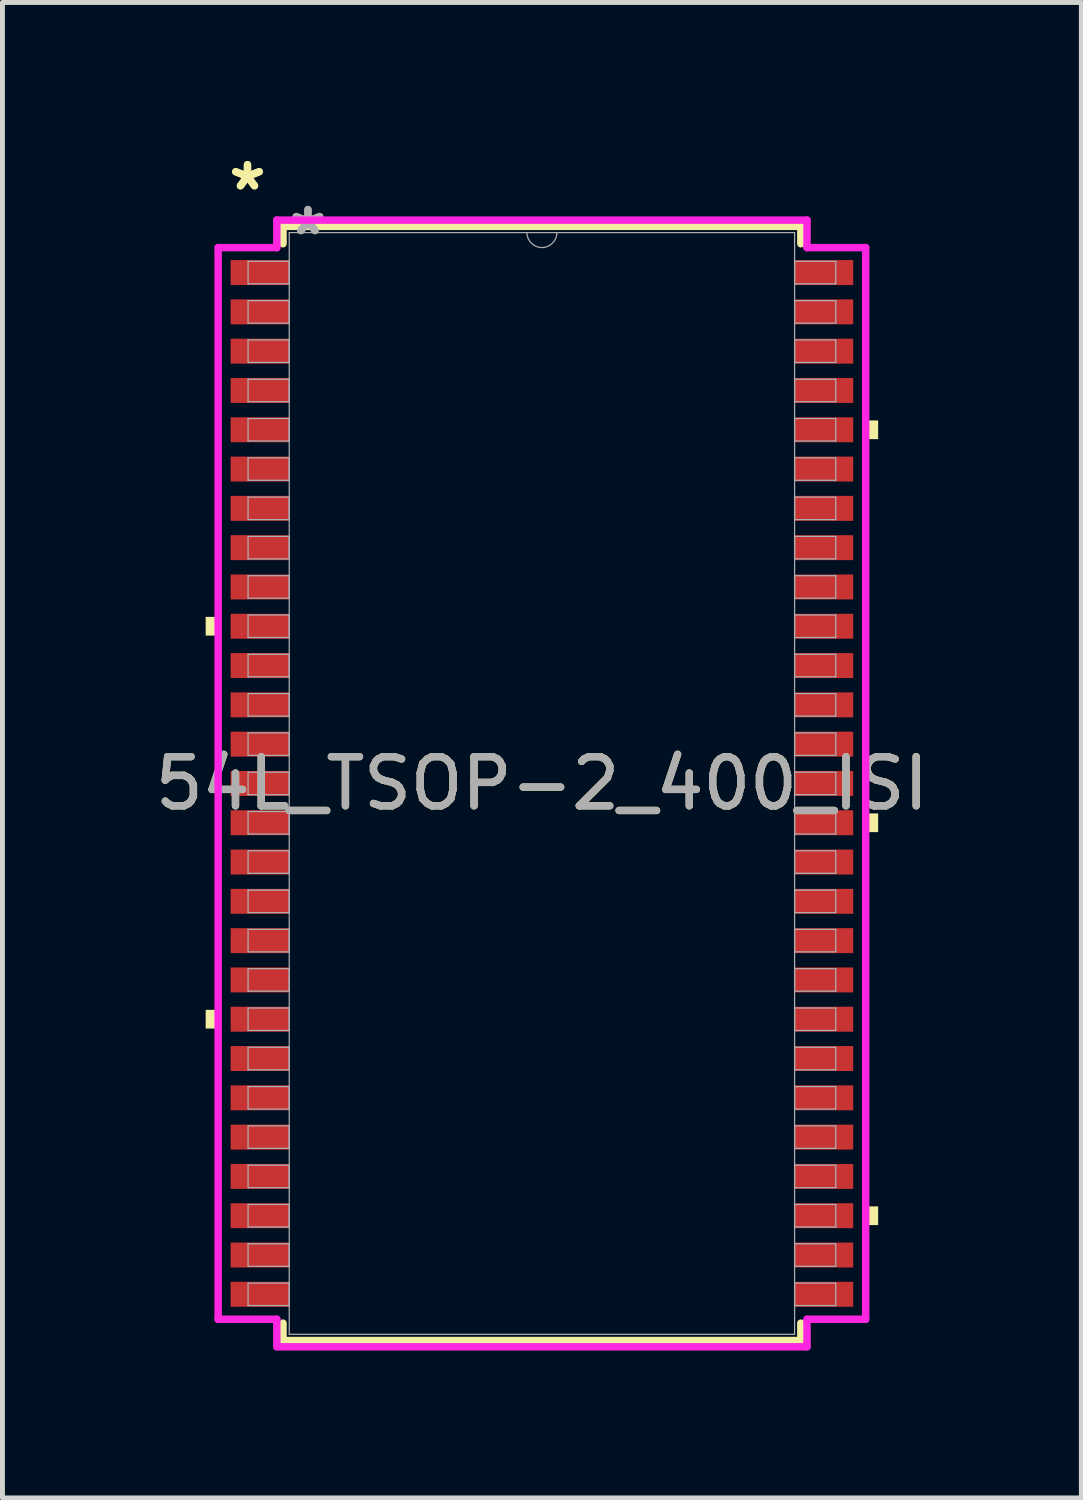
<source format=kicad_pcb>
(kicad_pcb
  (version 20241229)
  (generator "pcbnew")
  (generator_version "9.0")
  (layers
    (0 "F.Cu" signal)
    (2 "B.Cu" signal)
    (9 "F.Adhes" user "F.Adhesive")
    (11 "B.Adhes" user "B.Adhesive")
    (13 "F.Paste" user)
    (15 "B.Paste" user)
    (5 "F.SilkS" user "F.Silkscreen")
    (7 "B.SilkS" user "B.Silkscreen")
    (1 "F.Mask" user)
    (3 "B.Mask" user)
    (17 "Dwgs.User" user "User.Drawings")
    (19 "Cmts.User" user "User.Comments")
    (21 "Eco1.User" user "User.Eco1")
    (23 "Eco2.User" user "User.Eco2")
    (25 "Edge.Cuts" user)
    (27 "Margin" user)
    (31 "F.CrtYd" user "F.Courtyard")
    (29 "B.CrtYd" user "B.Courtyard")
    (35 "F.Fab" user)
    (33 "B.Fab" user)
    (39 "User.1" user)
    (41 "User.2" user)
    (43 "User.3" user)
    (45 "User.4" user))
  (footprint "54L_TSOP-2_400_ISI"
    (layer "F.Cu")
    (at 7.982 12.899)
    (property "Reference" "54L_TSOP-2_400_ISI" (at 0 0 0) (unlocked yes) (layer "F.SilkS") (effects (font (size 1 1) (thickness 0.15))))
    (attr smd)
    (fp_line (start -5.271 -11.341) (end -5.271 -10.987) (stroke (width 0.152) (type solid)) (layer "F.SilkS"))
    (fp_line (start -5.271 10.987) (end -5.271 11.341) (stroke (width 0.152) (type solid)) (layer "F.SilkS"))
    (fp_line (start -5.271 11.341) (end 5.271 11.341) (stroke (width 0.152) (type solid)) (layer "F.SilkS"))
    (fp_line (start 5.271 -11.341) (end -5.271 -11.341) (stroke (width 0.152) (type solid)) (layer "F.SilkS"))
    (fp_line (start 5.271 -10.987) (end 5.271 -11.341) (stroke (width 0.152) (type solid)) (layer "F.SilkS"))
    (fp_line (start 5.271 11.341) (end 5.271 10.987) (stroke (width 0.152) (type solid)) (layer "F.SilkS"))
    (fp_poly (pts (xy -6.845 -3.391) (xy -6.845 -3.01) (xy -6.591 -3.01) (xy -6.591 -3.391)) (stroke (width 0) (type solid)) (fill yes) (layer "F.SilkS"))
    (fp_poly (pts (xy -6.845 4.609) (xy -6.845 4.99) (xy -6.591 4.99) (xy -6.591 4.609)) (stroke (width 0) (type solid)) (fill yes) (layer "F.SilkS"))
    (fp_poly (pts (xy 6.845 -7.39) (xy 6.845 -7.009) (xy 6.591 -7.009) (xy 6.591 -7.39)) (stroke (width 0) (type solid)) (fill yes) (layer "F.SilkS"))
    (fp_poly (pts (xy 6.845 0.61) (xy 6.845 0.991) (xy 6.591 0.991) (xy 6.591 0.61)) (stroke (width 0) (type solid)) (fill yes) (layer "F.SilkS"))
    (fp_poly (pts (xy 6.845 8.61) (xy 6.845 8.991) (xy 6.591 8.991) (xy 6.591 8.61)) (stroke (width 0) (type solid)) (fill yes) (layer "F.SilkS"))
    (fp_line (start -6.591 -10.908) (end -5.397 -10.908) (stroke (width 0.152) (type solid)) (layer "F.CrtYd"))
    (fp_line (start -6.591 10.908) (end -6.591 -10.908) (stroke (width 0.152) (type solid)) (layer "F.CrtYd"))
    (fp_line (start -6.591 10.908) (end -5.397 10.908) (stroke (width 0.152) (type solid)) (layer "F.CrtYd"))
    (fp_line (start -5.397 -11.468) (end 5.397 -11.468) (stroke (width 0.152) (type solid)) (layer "F.CrtYd"))
    (fp_line (start -5.397 -10.908) (end -5.397 -11.468) (stroke (width 0.152) (type solid)) (layer "F.CrtYd"))
    (fp_line (start -5.397 11.468) (end -5.397 10.908) (stroke (width 0.152) (type solid)) (layer "F.CrtYd"))
    (fp_line (start 5.397 -11.468) (end 5.397 -10.908) (stroke (width 0.152) (type solid)) (layer "F.CrtYd"))
    (fp_line (start 5.397 10.908) (end 5.397 11.468) (stroke (width 0.152) (type solid)) (layer "F.CrtYd"))
    (fp_line (start 5.397 11.468) (end -5.397 11.468) (stroke (width 0.152) (type solid)) (layer "F.CrtYd"))
    (fp_line (start 6.591 -10.908) (end 5.397 -10.908) (stroke (width 0.152) (type solid)) (layer "F.CrtYd"))
    (fp_line (start 6.591 -10.908) (end 6.591 10.908) (stroke (width 0.152) (type solid)) (layer "F.CrtYd"))
    (fp_line (start 6.591 10.908) (end 5.397 10.908) (stroke (width 0.152) (type solid)) (layer "F.CrtYd"))
    (fp_line (start -5.982 -10.629) (end -5.982 -10.171) (stroke (width 0.025) (type solid)) (layer "F.Fab"))
    (fp_line (start -5.982 -10.171) (end -5.144 -10.171) (stroke (width 0.025) (type solid)) (layer "F.Fab"))
    (fp_line (start -5.982 -9.829) (end -5.982 -9.371) (stroke (width 0.025) (type solid)) (layer "F.Fab"))
    (fp_line (start -5.982 -9.371) (end -5.144 -9.371) (stroke (width 0.025) (type solid)) (layer "F.Fab"))
    (fp_line (start -5.982 -9.029) (end -5.982 -8.571) (stroke (width 0.025) (type solid)) (layer "F.Fab"))
    (fp_line (start -5.982 -8.571) (end -5.144 -8.571) (stroke (width 0.025) (type solid)) (layer "F.Fab"))
    (fp_line (start -5.982 -8.229) (end -5.982 -7.771) (stroke (width 0.025) (type solid)) (layer "F.Fab"))
    (fp_line (start -5.982 -7.771) (end -5.144 -7.771) (stroke (width 0.025) (type solid)) (layer "F.Fab"))
    (fp_line (start -5.982 -7.429) (end -5.982 -6.971) (stroke (width 0.025) (type solid)) (layer "F.Fab"))
    (fp_line (start -5.982 -6.971) (end -5.144 -6.971) (stroke (width 0.025) (type solid)) (layer "F.Fab"))
    (fp_line (start -5.982 -6.629) (end -5.982 -6.171) (stroke (width 0.025) (type solid)) (layer "F.Fab"))
    (fp_line (start -5.982 -6.171) (end -5.144 -6.171) (stroke (width 0.025) (type solid)) (layer "F.Fab"))
    (fp_line (start -5.982 -5.829) (end -5.982 -5.371) (stroke (width 0.025) (type solid)) (layer "F.Fab"))
    (fp_line (start -5.982 -5.371) (end -5.144 -5.371) (stroke (width 0.025) (type solid)) (layer "F.Fab"))
    (fp_line (start -5.982 -5.029) (end -5.982 -4.571) (stroke (width 0.025) (type solid)) (layer "F.Fab"))
    (fp_line (start -5.982 -4.571) (end -5.144 -4.571) (stroke (width 0.025) (type solid)) (layer "F.Fab"))
    (fp_line (start -5.982 -4.229) (end -5.982 -3.771) (stroke (width 0.025) (type solid)) (layer "F.Fab"))
    (fp_line (start -5.982 -3.771) (end -5.144 -3.771) (stroke (width 0.025) (type solid)) (layer "F.Fab"))
    (fp_line (start -5.982 -3.429) (end -5.982 -2.971) (stroke (width 0.025) (type solid)) (layer "F.Fab"))
    (fp_line (start -5.982 -2.971) (end -5.144 -2.971) (stroke (width 0.025) (type solid)) (layer "F.Fab"))
    (fp_line (start -5.982 -2.629) (end -5.982 -2.171) (stroke (width 0.025) (type solid)) (layer "F.Fab"))
    (fp_line (start -5.982 -2.171) (end -5.144 -2.171) (stroke (width 0.025) (type solid)) (layer "F.Fab"))
    (fp_line (start -5.982 -1.829) (end -5.982 -1.371) (stroke (width 0.025) (type solid)) (layer "F.Fab"))
    (fp_line (start -5.982 -1.371) (end -5.144 -1.371) (stroke (width 0.025) (type solid)) (layer "F.Fab"))
    (fp_line (start -5.982 -1.029) (end -5.982 -0.571) (stroke (width 0.025) (type solid)) (layer "F.Fab"))
    (fp_line (start -5.982 -0.571) (end -5.144 -0.571) (stroke (width 0.025) (type solid)) (layer "F.Fab"))
    (fp_line (start -5.982 -0.229) (end -5.982 0.229) (stroke (width 0.025) (type solid)) (layer "F.Fab"))
    (fp_line (start -5.982 0.229) (end -5.144 0.229) (stroke (width 0.025) (type solid)) (layer "F.Fab"))
    (fp_line (start -5.982 0.571) (end -5.982 1.029) (stroke (width 0.025) (type solid)) (layer "F.Fab"))
    (fp_line (start -5.982 1.029) (end -5.144 1.029) (stroke (width 0.025) (type solid)) (layer "F.Fab"))
    (fp_line (start -5.982 1.371) (end -5.982 1.829) (stroke (width 0.025) (type solid)) (layer "F.Fab"))
    (fp_line (start -5.982 1.829) (end -5.144 1.829) (stroke (width 0.025) (type solid)) (layer "F.Fab"))
    (fp_line (start -5.982 2.171) (end -5.982 2.629) (stroke (width 0.025) (type solid)) (layer "F.Fab"))
    (fp_line (start -5.982 2.629) (end -5.144 2.629) (stroke (width 0.025) (type solid)) (layer "F.Fab"))
    (fp_line (start -5.982 2.971) (end -5.982 3.429) (stroke (width 0.025) (type solid)) (layer "F.Fab"))
    (fp_line (start -5.982 3.429) (end -5.144 3.429) (stroke (width 0.025) (type solid)) (layer "F.Fab"))
    (fp_line (start -5.982 3.771) (end -5.982 4.229) (stroke (width 0.025) (type solid)) (layer "F.Fab"))
    (fp_line (start -5.982 4.229) (end -5.144 4.229) (stroke (width 0.025) (type solid)) (layer "F.Fab"))
    (fp_line (start -5.982 4.571) (end -5.982 5.029) (stroke (width 0.025) (type solid)) (layer "F.Fab"))
    (fp_line (start -5.982 5.029) (end -5.144 5.029) (stroke (width 0.025) (type solid)) (layer "F.Fab"))
    (fp_line (start -5.982 5.371) (end -5.982 5.829) (stroke (width 0.025) (type solid)) (layer "F.Fab"))
    (fp_line (start -5.982 5.829) (end -5.144 5.829) (stroke (width 0.025) (type solid)) (layer "F.Fab"))
    (fp_line (start -5.982 6.171) (end -5.982 6.629) (stroke (width 0.025) (type solid)) (layer "F.Fab"))
    (fp_line (start -5.982 6.629) (end -5.144 6.629) (stroke (width 0.025) (type solid)) (layer "F.Fab"))
    (fp_line (start -5.982 6.971) (end -5.982 7.429) (stroke (width 0.025) (type solid)) (layer "F.Fab"))
    (fp_line (start -5.982 7.429) (end -5.144 7.429) (stroke (width 0.025) (type solid)) (layer "F.Fab"))
    (fp_line (start -5.982 7.771) (end -5.982 8.229) (stroke (width 0.025) (type solid)) (layer "F.Fab"))
    (fp_line (start -5.982 8.229) (end -5.144 8.229) (stroke (width 0.025) (type solid)) (layer "F.Fab"))
    (fp_line (start -5.982 8.571) (end -5.982 9.029) (stroke (width 0.025) (type solid)) (layer "F.Fab"))
    (fp_line (start -5.982 9.029) (end -5.144 9.029) (stroke (width 0.025) (type solid)) (layer "F.Fab"))
    (fp_line (start -5.982 9.371) (end -5.982 9.829) (stroke (width 0.025) (type solid)) (layer "F.Fab"))
    (fp_line (start -5.982 9.829) (end -5.144 9.829) (stroke (width 0.025) (type solid)) (layer "F.Fab"))
    (fp_line (start -5.982 10.171) (end -5.982 10.629) (stroke (width 0.025) (type solid)) (layer "F.Fab"))
    (fp_line (start -5.982 10.629) (end -5.144 10.629) (stroke (width 0.025) (type solid)) (layer "F.Fab"))
    (fp_line (start -5.144 -11.214) (end -5.144 11.214) (stroke (width 0.025) (type solid)) (layer "F.Fab"))
    (fp_line (start -5.144 -10.629) (end -5.982 -10.629) (stroke (width 0.025) (type solid)) (layer "F.Fab"))
    (fp_line (start -5.144 -10.171) (end -5.144 -10.629) (stroke (width 0.025) (type solid)) (layer "F.Fab"))
    (fp_line (start -5.144 -9.829) (end -5.982 -9.829) (stroke (width 0.025) (type solid)) (layer "F.Fab"))
    (fp_line (start -5.144 -9.371) (end -5.144 -9.829) (stroke (width 0.025) (type solid)) (layer "F.Fab"))
    (fp_line (start -5.144 -9.029) (end -5.982 -9.029) (stroke (width 0.025) (type solid)) (layer "F.Fab"))
    (fp_line (start -5.144 -8.571) (end -5.144 -9.029) (stroke (width 0.025) (type solid)) (layer "F.Fab"))
    (fp_line (start -5.144 -8.229) (end -5.982 -8.229) (stroke (width 0.025) (type solid)) (layer "F.Fab"))
    (fp_line (start -5.144 -7.771) (end -5.144 -8.229) (stroke (width 0.025) (type solid)) (layer "F.Fab"))
    (fp_line (start -5.144 -7.429) (end -5.982 -7.429) (stroke (width 0.025) (type solid)) (layer "F.Fab"))
    (fp_line (start -5.144 -6.971) (end -5.144 -7.429) (stroke (width 0.025) (type solid)) (layer "F.Fab"))
    (fp_line (start -5.144 -6.629) (end -5.982 -6.629) (stroke (width 0.025) (type solid)) (layer "F.Fab"))
    (fp_line (start -5.144 -6.171) (end -5.144 -6.629) (stroke (width 0.025) (type solid)) (layer "F.Fab"))
    (fp_line (start -5.144 -5.829) (end -5.982 -5.829) (stroke (width 0.025) (type solid)) (layer "F.Fab"))
    (fp_line (start -5.144 -5.371) (end -5.144 -5.829) (stroke (width 0.025) (type solid)) (layer "F.Fab"))
    (fp_line (start -5.144 -5.029) (end -5.982 -5.029) (stroke (width 0.025) (type solid)) (layer "F.Fab"))
    (fp_line (start -5.144 -4.571) (end -5.144 -5.029) (stroke (width 0.025) (type solid)) (layer "F.Fab"))
    (fp_line (start -5.144 -4.229) (end -5.982 -4.229) (stroke (width 0.025) (type solid)) (layer "F.Fab"))
    (fp_line (start -5.144 -3.771) (end -5.144 -4.229) (stroke (width 0.025) (type solid)) (layer "F.Fab"))
    (fp_line (start -5.144 -3.429) (end -5.982 -3.429) (stroke (width 0.025) (type solid)) (layer "F.Fab"))
    (fp_line (start -5.144 -2.971) (end -5.144 -3.429) (stroke (width 0.025) (type solid)) (layer "F.Fab"))
    (fp_line (start -5.144 -2.629) (end -5.982 -2.629) (stroke (width 0.025) (type solid)) (layer "F.Fab"))
    (fp_line (start -5.144 -2.171) (end -5.144 -2.629) (stroke (width 0.025) (type solid)) (layer "F.Fab"))
    (fp_line (start -5.144 -1.829) (end -5.982 -1.829) (stroke (width 0.025) (type solid)) (layer "F.Fab"))
    (fp_line (start -5.144 -1.371) (end -5.144 -1.829) (stroke (width 0.025) (type solid)) (layer "F.Fab"))
    (fp_line (start -5.144 -1.029) (end -5.982 -1.029) (stroke (width 0.025) (type solid)) (layer "F.Fab"))
    (fp_line (start -5.144 -0.571) (end -5.144 -1.029) (stroke (width 0.025) (type solid)) (layer "F.Fab"))
    (fp_line (start -5.144 -0.229) (end -5.982 -0.229) (stroke (width 0.025) (type solid)) (layer "F.Fab"))
    (fp_line (start -5.144 0.229) (end -5.144 -0.229) (stroke (width 0.025) (type solid)) (layer "F.Fab"))
    (fp_line (start -5.144 0.571) (end -5.982 0.571) (stroke (width 0.025) (type solid)) (layer "F.Fab"))
    (fp_line (start -5.144 1.029) (end -5.144 0.571) (stroke (width 0.025) (type solid)) (layer "F.Fab"))
    (fp_line (start -5.144 1.371) (end -5.982 1.371) (stroke (width 0.025) (type solid)) (layer "F.Fab"))
    (fp_line (start -5.144 1.829) (end -5.144 1.371) (stroke (width 0.025) (type solid)) (layer "F.Fab"))
    (fp_line (start -5.144 2.171) (end -5.982 2.171) (stroke (width 0.025) (type solid)) (layer "F.Fab"))
    (fp_line (start -5.144 2.629) (end -5.144 2.171) (stroke (width 0.025) (type solid)) (layer "F.Fab"))
    (fp_line (start -5.144 2.971) (end -5.982 2.971) (stroke (width 0.025) (type solid)) (layer "F.Fab"))
    (fp_line (start -5.144 3.429) (end -5.144 2.971) (stroke (width 0.025) (type solid)) (layer "F.Fab"))
    (fp_line (start -5.144 3.771) (end -5.982 3.771) (stroke (width 0.025) (type solid)) (layer "F.Fab"))
    (fp_line (start -5.144 4.229) (end -5.144 3.771) (stroke (width 0.025) (type solid)) (layer "F.Fab"))
    (fp_line (start -5.144 4.571) (end -5.982 4.571) (stroke (width 0.025) (type solid)) (layer "F.Fab"))
    (fp_line (start -5.144 5.029) (end -5.144 4.571) (stroke (width 0.025) (type solid)) (layer "F.Fab"))
    (fp_line (start -5.144 5.371) (end -5.982 5.371) (stroke (width 0.025) (type solid)) (layer "F.Fab"))
    (fp_line (start -5.144 5.829) (end -5.144 5.371) (stroke (width 0.025) (type solid)) (layer "F.Fab"))
    (fp_line (start -5.144 6.171) (end -5.982 6.171) (stroke (width 0.025) (type solid)) (layer "F.Fab"))
    (fp_line (start -5.144 6.629) (end -5.144 6.171) (stroke (width 0.025) (type solid)) (layer "F.Fab"))
    (fp_line (start -5.144 6.971) (end -5.982 6.971) (stroke (width 0.025) (type solid)) (layer "F.Fab"))
    (fp_line (start -5.144 7.429) (end -5.144 6.971) (stroke (width 0.025) (type solid)) (layer "F.Fab"))
    (fp_line (start -5.144 7.771) (end -5.982 7.771) (stroke (width 0.025) (type solid)) (layer "F.Fab"))
    (fp_line (start -5.144 8.229) (end -5.144 7.771) (stroke (width 0.025) (type solid)) (layer "F.Fab"))
    (fp_line (start -5.144 8.571) (end -5.982 8.571) (stroke (width 0.025) (type solid)) (layer "F.Fab"))
    (fp_line (start -5.144 9.029) (end -5.144 8.571) (stroke (width 0.025) (type solid)) (layer "F.Fab"))
    (fp_line (start -5.144 9.371) (end -5.982 9.371) (stroke (width 0.025) (type solid)) (layer "F.Fab"))
    (fp_line (start -5.144 9.829) (end -5.144 9.371) (stroke (width 0.025) (type solid)) (layer "F.Fab"))
    (fp_line (start -5.144 10.171) (end -5.982 10.171) (stroke (width 0.025) (type solid)) (layer "F.Fab"))
    (fp_line (start -5.144 10.629) (end -5.144 10.171) (stroke (width 0.025) (type solid)) (layer "F.Fab"))
    (fp_line (start -5.144 11.214) (end 5.144 11.214) (stroke (width 0.025) (type solid)) (layer "F.Fab"))
    (fp_line (start 5.144 -11.214) (end -5.144 -11.214) (stroke (width 0.025) (type solid)) (layer "F.Fab"))
    (fp_line (start 5.144 -10.629) (end 5.144 -10.171) (stroke (width 0.025) (type solid)) (layer "F.Fab"))
    (fp_line (start 5.144 -10.171) (end 5.982 -10.171) (stroke (width 0.025) (type solid)) (layer "F.Fab"))
    (fp_line (start 5.144 -9.829) (end 5.144 -9.371) (stroke (width 0.025) (type solid)) (layer "F.Fab"))
    (fp_line (start 5.144 -9.371) (end 5.982 -9.371) (stroke (width 0.025) (type solid)) (layer "F.Fab"))
    (fp_line (start 5.144 -9.029) (end 5.144 -8.571) (stroke (width 0.025) (type solid)) (layer "F.Fab"))
    (fp_line (start 5.144 -8.571) (end 5.982 -8.571) (stroke (width 0.025) (type solid)) (layer "F.Fab"))
    (fp_line (start 5.144 -8.229) (end 5.144 -7.771) (stroke (width 0.025) (type solid)) (layer "F.Fab"))
    (fp_line (start 5.144 -7.771) (end 5.982 -7.771) (stroke (width 0.025) (type solid)) (layer "F.Fab"))
    (fp_line (start 5.144 -7.429) (end 5.144 -6.971) (stroke (width 0.025) (type solid)) (layer "F.Fab"))
    (fp_line (start 5.144 -6.971) (end 5.982 -6.971) (stroke (width 0.025) (type solid)) (layer "F.Fab"))
    (fp_line (start 5.144 -6.629) (end 5.144 -6.171) (stroke (width 0.025) (type solid)) (layer "F.Fab"))
    (fp_line (start 5.144 -6.171) (end 5.982 -6.171) (stroke (width 0.025) (type solid)) (layer "F.Fab"))
    (fp_line (start 5.144 -5.829) (end 5.144 -5.371) (stroke (width 0.025) (type solid)) (layer "F.Fab"))
    (fp_line (start 5.144 -5.371) (end 5.982 -5.371) (stroke (width 0.025) (type solid)) (layer "F.Fab"))
    (fp_line (start 5.144 -5.029) (end 5.144 -4.571) (stroke (width 0.025) (type solid)) (layer "F.Fab"))
    (fp_line (start 5.144 -4.571) (end 5.982 -4.571) (stroke (width 0.025) (type solid)) (layer "F.Fab"))
    (fp_line (start 5.144 -4.229) (end 5.144 -3.771) (stroke (width 0.025) (type solid)) (layer "F.Fab"))
    (fp_line (start 5.144 -3.771) (end 5.982 -3.771) (stroke (width 0.025) (type solid)) (layer "F.Fab"))
    (fp_line (start 5.144 -3.429) (end 5.144 -2.971) (stroke (width 0.025) (type solid)) (layer "F.Fab"))
    (fp_line (start 5.144 -2.971) (end 5.982 -2.971) (stroke (width 0.025) (type solid)) (layer "F.Fab"))
    (fp_line (start 5.144 -2.629) (end 5.144 -2.171) (stroke (width 0.025) (type solid)) (layer "F.Fab"))
    (fp_line (start 5.144 -2.171) (end 5.982 -2.171) (stroke (width 0.025) (type solid)) (layer "F.Fab"))
    (fp_line (start 5.144 -1.829) (end 5.144 -1.371) (stroke (width 0.025) (type solid)) (layer "F.Fab"))
    (fp_line (start 5.144 -1.371) (end 5.982 -1.371) (stroke (width 0.025) (type solid)) (layer "F.Fab"))
    (fp_line (start 5.144 -1.029) (end 5.144 -0.571) (stroke (width 0.025) (type solid)) (layer "F.Fab"))
    (fp_line (start 5.144 -0.571) (end 5.982 -0.571) (stroke (width 0.025) (type solid)) (layer "F.Fab"))
    (fp_line (start 5.144 -0.229) (end 5.144 0.229) (stroke (width 0.025) (type solid)) (layer "F.Fab"))
    (fp_line (start 5.144 0.229) (end 5.982 0.229) (stroke (width 0.025) (type solid)) (layer "F.Fab"))
    (fp_line (start 5.144 0.571) (end 5.144 1.029) (stroke (width 0.025) (type solid)) (layer "F.Fab"))
    (fp_line (start 5.144 1.029) (end 5.982 1.029) (stroke (width 0.025) (type solid)) (layer "F.Fab"))
    (fp_line (start 5.144 1.371) (end 5.144 1.829) (stroke (width 0.025) (type solid)) (layer "F.Fab"))
    (fp_line (start 5.144 1.829) (end 5.982 1.829) (stroke (width 0.025) (type solid)) (layer "F.Fab"))
    (fp_line (start 5.144 2.171) (end 5.144 2.629) (stroke (width 0.025) (type solid)) (layer "F.Fab"))
    (fp_line (start 5.144 2.629) (end 5.982 2.629) (stroke (width 0.025) (type solid)) (layer "F.Fab"))
    (fp_line (start 5.144 2.971) (end 5.144 3.429) (stroke (width 0.025) (type solid)) (layer "F.Fab"))
    (fp_line (start 5.144 3.429) (end 5.982 3.429) (stroke (width 0.025) (type solid)) (layer "F.Fab"))
    (fp_line (start 5.144 3.771) (end 5.144 4.229) (stroke (width 0.025) (type solid)) (layer "F.Fab"))
    (fp_line (start 5.144 4.229) (end 5.982 4.229) (stroke (width 0.025) (type solid)) (layer "F.Fab"))
    (fp_line (start 5.144 4.571) (end 5.144 5.029) (stroke (width 0.025) (type solid)) (layer "F.Fab"))
    (fp_line (start 5.144 5.029) (end 5.982 5.029) (stroke (width 0.025) (type solid)) (layer "F.Fab"))
    (fp_line (start 5.144 5.371) (end 5.144 5.829) (stroke (width 0.025) (type solid)) (layer "F.Fab"))
    (fp_line (start 5.144 5.829) (end 5.982 5.829) (stroke (width 0.025) (type solid)) (layer "F.Fab"))
    (fp_line (start 5.144 6.171) (end 5.144 6.629) (stroke (width 0.025) (type solid)) (layer "F.Fab"))
    (fp_line (start 5.144 6.629) (end 5.982 6.629) (stroke (width 0.025) (type solid)) (layer "F.Fab"))
    (fp_line (start 5.144 6.971) (end 5.144 7.429) (stroke (width 0.025) (type solid)) (layer "F.Fab"))
    (fp_line (start 5.144 7.429) (end 5.982 7.429) (stroke (width 0.025) (type solid)) (layer "F.Fab"))
    (fp_line (start 5.144 7.771) (end 5.144 8.229) (stroke (width 0.025) (type solid)) (layer "F.Fab"))
    (fp_line (start 5.144 8.229) (end 5.982 8.229) (stroke (width 0.025) (type solid)) (layer "F.Fab"))
    (fp_line (start 5.144 8.571) (end 5.144 9.029) (stroke (width 0.025) (type solid)) (layer "F.Fab"))
    (fp_line (start 5.144 9.029) (end 5.982 9.029) (stroke (width 0.025) (type solid)) (layer "F.Fab"))
    (fp_line (start 5.144 9.371) (end 5.144 9.829) (stroke (width 0.025) (type solid)) (layer "F.Fab"))
    (fp_line (start 5.144 9.829) (end 5.982 9.829) (stroke (width 0.025) (type solid)) (layer "F.Fab"))
    (fp_line (start 5.144 10.171) (end 5.144 10.629) (stroke (width 0.025) (type solid)) (layer "F.Fab"))
    (fp_line (start 5.144 10.629) (end 5.982 10.629) (stroke (width 0.025) (type solid)) (layer "F.Fab"))
    (fp_line (start 5.144 11.214) (end 5.144 -11.214) (stroke (width 0.025) (type solid)) (layer "F.Fab"))
    (fp_line (start 5.982 -10.629) (end 5.144 -10.629) (stroke (width 0.025) (type solid)) (layer "F.Fab"))
    (fp_line (start 5.982 -10.171) (end 5.982 -10.629) (stroke (width 0.025) (type solid)) (layer "F.Fab"))
    (fp_line (start 5.982 -9.829) (end 5.144 -9.829) (stroke (width 0.025) (type solid)) (layer "F.Fab"))
    (fp_line (start 5.982 -9.371) (end 5.982 -9.829) (stroke (width 0.025) (type solid)) (layer "F.Fab"))
    (fp_line (start 5.982 -9.029) (end 5.144 -9.029) (stroke (width 0.025) (type solid)) (layer "F.Fab"))
    (fp_line (start 5.982 -8.571) (end 5.982 -9.029) (stroke (width 0.025) (type solid)) (layer "F.Fab"))
    (fp_line (start 5.982 -8.229) (end 5.144 -8.229) (stroke (width 0.025) (type solid)) (layer "F.Fab"))
    (fp_line (start 5.982 -7.771) (end 5.982 -8.229) (stroke (width 0.025) (type solid)) (layer "F.Fab"))
    (fp_line (start 5.982 -7.429) (end 5.144 -7.429) (stroke (width 0.025) (type solid)) (layer "F.Fab"))
    (fp_line (start 5.982 -6.971) (end 5.982 -7.429) (stroke (width 0.025) (type solid)) (layer "F.Fab"))
    (fp_line (start 5.982 -6.629) (end 5.144 -6.629) (stroke (width 0.025) (type solid)) (layer "F.Fab"))
    (fp_line (start 5.982 -6.171) (end 5.982 -6.629) (stroke (width 0.025) (type solid)) (layer "F.Fab"))
    (fp_line (start 5.982 -5.829) (end 5.144 -5.829) (stroke (width 0.025) (type solid)) (layer "F.Fab"))
    (fp_line (start 5.982 -5.371) (end 5.982 -5.829) (stroke (width 0.025) (type solid)) (layer "F.Fab"))
    (fp_line (start 5.982 -5.029) (end 5.144 -5.029) (stroke (width 0.025) (type solid)) (layer "F.Fab"))
    (fp_line (start 5.982 -4.571) (end 5.982 -5.029) (stroke (width 0.025) (type solid)) (layer "F.Fab"))
    (fp_line (start 5.982 -4.229) (end 5.144 -4.229) (stroke (width 0.025) (type solid)) (layer "F.Fab"))
    (fp_line (start 5.982 -3.771) (end 5.982 -4.229) (stroke (width 0.025) (type solid)) (layer "F.Fab"))
    (fp_line (start 5.982 -3.429) (end 5.144 -3.429) (stroke (width 0.025) (type solid)) (layer "F.Fab"))
    (fp_line (start 5.982 -2.971) (end 5.982 -3.429) (stroke (width 0.025) (type solid)) (layer "F.Fab"))
    (fp_line (start 5.982 -2.629) (end 5.144 -2.629) (stroke (width 0.025) (type solid)) (layer "F.Fab"))
    (fp_line (start 5.982 -2.171) (end 5.982 -2.629) (stroke (width 0.025) (type solid)) (layer "F.Fab"))
    (fp_line (start 5.982 -1.829) (end 5.144 -1.829) (stroke (width 0.025) (type solid)) (layer "F.Fab"))
    (fp_line (start 5.982 -1.371) (end 5.982 -1.829) (stroke (width 0.025) (type solid)) (layer "F.Fab"))
    (fp_line (start 5.982 -1.029) (end 5.144 -1.029) (stroke (width 0.025) (type solid)) (layer "F.Fab"))
    (fp_line (start 5.982 -0.571) (end 5.982 -1.029) (stroke (width 0.025) (type solid)) (layer "F.Fab"))
    (fp_line (start 5.982 -0.229) (end 5.144 -0.229) (stroke (width 0.025) (type solid)) (layer "F.Fab"))
    (fp_line (start 5.982 0.229) (end 5.982 -0.229) (stroke (width 0.025) (type solid)) (layer "F.Fab"))
    (fp_line (start 5.982 0.571) (end 5.144 0.571) (stroke (width 0.025) (type solid)) (layer "F.Fab"))
    (fp_line (start 5.982 1.029) (end 5.982 0.571) (stroke (width 0.025) (type solid)) (layer "F.Fab"))
    (fp_line (start 5.982 1.371) (end 5.144 1.371) (stroke (width 0.025) (type solid)) (layer "F.Fab"))
    (fp_line (start 5.982 1.829) (end 5.982 1.371) (stroke (width 0.025) (type solid)) (layer "F.Fab"))
    (fp_line (start 5.982 2.171) (end 5.144 2.171) (stroke (width 0.025) (type solid)) (layer "F.Fab"))
    (fp_line (start 5.982 2.629) (end 5.982 2.171) (stroke (width 0.025) (type solid)) (layer "F.Fab"))
    (fp_line (start 5.982 2.971) (end 5.144 2.971) (stroke (width 0.025) (type solid)) (layer "F.Fab"))
    (fp_line (start 5.982 3.429) (end 5.982 2.971) (stroke (width 0.025) (type solid)) (layer "F.Fab"))
    (fp_line (start 5.982 3.771) (end 5.144 3.771) (stroke (width 0.025) (type solid)) (layer "F.Fab"))
    (fp_line (start 5.982 4.229) (end 5.982 3.771) (stroke (width 0.025) (type solid)) (layer "F.Fab"))
    (fp_line (start 5.982 4.571) (end 5.144 4.571) (stroke (width 0.025) (type solid)) (layer "F.Fab"))
    (fp_line (start 5.982 5.029) (end 5.982 4.571) (stroke (width 0.025) (type solid)) (layer "F.Fab"))
    (fp_line (start 5.982 5.371) (end 5.144 5.371) (stroke (width 0.025) (type solid)) (layer "F.Fab"))
    (fp_line (start 5.982 5.829) (end 5.982 5.371) (stroke (width 0.025) (type solid)) (layer "F.Fab"))
    (fp_line (start 5.982 6.171) (end 5.144 6.171) (stroke (width 0.025) (type solid)) (layer "F.Fab"))
    (fp_line (start 5.982 6.629) (end 5.982 6.171) (stroke (width 0.025) (type solid)) (layer "F.Fab"))
    (fp_line (start 5.982 6.971) (end 5.144 6.971) (stroke (width 0.025) (type solid)) (layer "F.Fab"))
    (fp_line (start 5.982 7.429) (end 5.982 6.971) (stroke (width 0.025) (type solid)) (layer "F.Fab"))
    (fp_line (start 5.982 7.771) (end 5.144 7.771) (stroke (width 0.025) (type solid)) (layer "F.Fab"))
    (fp_line (start 5.982 8.229) (end 5.982 7.771) (stroke (width 0.025) (type solid)) (layer "F.Fab"))
    (fp_line (start 5.982 8.571) (end 5.144 8.571) (stroke (width 0.025) (type solid)) (layer "F.Fab"))
    (fp_line (start 5.982 9.029) (end 5.982 8.571) (stroke (width 0.025) (type solid)) (layer "F.Fab"))
    (fp_line (start 5.982 9.371) (end 5.144 9.371) (stroke (width 0.025) (type solid)) (layer "F.Fab"))
    (fp_line (start 5.982 9.829) (end 5.982 9.371) (stroke (width 0.025) (type solid)) (layer "F.Fab"))
    (fp_line (start 5.982 10.171) (end 5.144 10.171) (stroke (width 0.025) (type solid)) (layer "F.Fab"))
    (fp_line (start 5.982 10.629) (end 5.982 10.171) (stroke (width 0.025) (type solid)) (layer "F.Fab"))
    (fp_arc (start 0.3048 -11.2141) (mid 0 -10.9093) (end -0.3048 -11.2141) (stroke (width 0.0254) (type solid)) (layer "F.Fab"))
    (fp_text user "*" (at -5.994 -12.051 0) (unlocked yes) (layer "F.SilkS") (effects (font (size 1 1) (thickness 0.15))))
    (fp_text user "*" (at -5.994 -12.051 0) (layer "F.SilkS") (effects (font (size 1 1) (thickness 0.15))))
    (fp_text user "${REFERENCE}" (at 0 0 0) (unlocked yes) (layer "F.Fab") (effects (font (size 1 1) (thickness 0.15))))
    (fp_text user "*" (at -4.763 -11.138 0) (layer "F.Fab") (effects (font (size 1 1) (thickness 0.15))))
    (fp_text user "*" (at -4.763 -11.138 0) (unlocked yes) (layer "F.Fab") (effects (font (size 1 1) (thickness 0.15))))
    (pad "1" smd rect (at -5.74 -10.4) (size 1.194 0.508) (layers "F.Cu" "F.Mask" "F.Paste"))
    (pad "2" smd rect (at -5.74 -9.6) (size 1.194 0.508) (layers "F.Cu" "F.Mask" "F.Paste"))
    (pad "3" smd rect (at -5.74 -8.8) (size 1.194 0.508) (layers "F.Cu" "F.Mask" "F.Paste"))
    (pad "4" smd rect (at -5.74 -8) (size 1.194 0.508) (layers "F.Cu" "F.Mask" "F.Paste"))
    (pad "5" smd rect (at -5.74 -7.2) (size 1.194 0.508) (layers "F.Cu" "F.Mask" "F.Paste"))
    (pad "6" smd rect (at -5.74 -6.4) (size 1.194 0.508) (layers "F.Cu" "F.Mask" "F.Paste"))
    (pad "7" smd rect (at -5.74 -5.6) (size 1.194 0.508) (layers "F.Cu" "F.Mask" "F.Paste"))
    (pad "8" smd rect (at -5.74 -4.8) (size 1.194 0.508) (layers "F.Cu" "F.Mask" "F.Paste"))
    (pad "9" smd rect (at -5.74 -4) (size 1.194 0.508) (layers "F.Cu" "F.Mask" "F.Paste"))
    (pad "10" smd rect (at -5.74 -3.2) (size 1.194 0.508) (layers "F.Cu" "F.Mask" "F.Paste"))
    (pad "11" smd rect (at -5.74 -2.4) (size 1.194 0.508) (layers "F.Cu" "F.Mask" "F.Paste"))
    (pad "12" smd rect (at -5.74 -1.6) (size 1.194 0.508) (layers "F.Cu" "F.Mask" "F.Paste"))
    (pad "13" smd rect (at -5.74 -0.8) (size 1.194 0.508) (layers "F.Cu" "F.Mask" "F.Paste"))
    (pad "14" smd rect (at -5.74 0) (size 1.194 0.508) (layers "F.Cu" "F.Mask" "F.Paste"))
    (pad "15" smd rect (at -5.74 0.8) (size 1.194 0.508) (layers "F.Cu" "F.Mask" "F.Paste"))
    (pad "16" smd rect (at -5.74 1.6) (size 1.194 0.508) (layers "F.Cu" "F.Mask" "F.Paste"))
    (pad "17" smd rect (at -5.74 2.4) (size 1.194 0.508) (layers "F.Cu" "F.Mask" "F.Paste"))
    (pad "18" smd rect (at -5.74 3.2) (size 1.194 0.508) (layers "F.Cu" "F.Mask" "F.Paste"))
    (pad "19" smd rect (at -5.74 4) (size 1.194 0.508) (layers "F.Cu" "F.Mask" "F.Paste"))
    (pad "20" smd rect (at -5.74 4.8) (size 1.194 0.508) (layers "F.Cu" "F.Mask" "F.Paste"))
    (pad "21" smd rect (at -5.74 5.6) (size 1.194 0.508) (layers "F.Cu" "F.Mask" "F.Paste"))
    (pad "22" smd rect (at -5.74 6.4) (size 1.194 0.508) (layers "F.Cu" "F.Mask" "F.Paste"))
    (pad "23" smd rect (at -5.74 7.2) (size 1.194 0.508) (layers "F.Cu" "F.Mask" "F.Paste"))
    (pad "24" smd rect (at -5.74 8) (size 1.194 0.508) (layers "F.Cu" "F.Mask" "F.Paste"))
    (pad "25" smd rect (at -5.74 8.8) (size 1.194 0.508) (layers "F.Cu" "F.Mask" "F.Paste"))
    (pad "26" smd rect (at -5.74 9.6) (size 1.194 0.508) (layers "F.Cu" "F.Mask" "F.Paste"))
    (pad "27" smd rect (at -5.74 10.4) (size 1.194 0.508) (layers "F.Cu" "F.Mask" "F.Paste"))
    (pad "28" smd rect (at 5.74 10.4) (size 1.194 0.508) (layers "F.Cu" "F.Mask" "F.Paste"))
    (pad "29" smd rect (at 5.74 9.6) (size 1.194 0.508) (layers "F.Cu" "F.Mask" "F.Paste"))
    (pad "30" smd rect (at 5.74 8.8) (size 1.194 0.508) (layers "F.Cu" "F.Mask" "F.Paste"))
    (pad "31" smd rect (at 5.74 8) (size 1.194 0.508) (layers "F.Cu" "F.Mask" "F.Paste"))
    (pad "32" smd rect (at 5.74 7.2) (size 1.194 0.508) (layers "F.Cu" "F.Mask" "F.Paste"))
    (pad "33" smd rect (at 5.74 6.4) (size 1.194 0.508) (layers "F.Cu" "F.Mask" "F.Paste"))
    (pad "34" smd rect (at 5.74 5.6) (size 1.194 0.508) (layers "F.Cu" "F.Mask" "F.Paste"))
    (pad "35" smd rect (at 5.74 4.8) (size 1.194 0.508) (layers "F.Cu" "F.Mask" "F.Paste"))
    (pad "36" smd rect (at 5.74 4) (size 1.194 0.508) (layers "F.Cu" "F.Mask" "F.Paste"))
    (pad "37" smd rect (at 5.74 3.2) (size 1.194 0.508) (layers "F.Cu" "F.Mask" "F.Paste"))
    (pad "38" smd rect (at 5.74 2.4) (size 1.194 0.508) (layers "F.Cu" "F.Mask" "F.Paste"))
    (pad "39" smd rect (at 5.74 1.6) (size 1.194 0.508) (layers "F.Cu" "F.Mask" "F.Paste"))
    (pad "40" smd rect (at 5.74 0.8) (size 1.194 0.508) (layers "F.Cu" "F.Mask" "F.Paste"))
    (pad "41" smd rect (at 5.74 0) (size 1.194 0.508) (layers "F.Cu" "F.Mask" "F.Paste"))
    (pad "42" smd rect (at 5.74 -0.8) (size 1.194 0.508) (layers "F.Cu" "F.Mask" "F.Paste"))
    (pad "43" smd rect (at 5.74 -1.6) (size 1.194 0.508) (layers "F.Cu" "F.Mask" "F.Paste"))
    (pad "44" smd rect (at 5.74 -2.4) (size 1.194 0.508) (layers "F.Cu" "F.Mask" "F.Paste"))
    (pad "45" smd rect (at 5.74 -3.2) (size 1.194 0.508) (layers "F.Cu" "F.Mask" "F.Paste"))
    (pad "46" smd rect (at 5.74 -4) (size 1.194 0.508) (layers "F.Cu" "F.Mask" "F.Paste"))
    (pad "47" smd rect (at 5.74 -4.8) (size 1.194 0.508) (layers "F.Cu" "F.Mask" "F.Paste"))
    (pad "48" smd rect (at 5.74 -5.6) (size 1.194 0.508) (layers "F.Cu" "F.Mask" "F.Paste"))
    (pad "49" smd rect (at 5.74 -6.4) (size 1.194 0.508) (layers "F.Cu" "F.Mask" "F.Paste"))
    (pad "50" smd rect (at 5.74 -7.2) (size 1.194 0.508) (layers "F.Cu" "F.Mask" "F.Paste"))
    (pad "51" smd rect (at 5.74 -8) (size 1.194 0.508) (layers "F.Cu" "F.Mask" "F.Paste"))
    (pad "52" smd rect (at 5.74 -8.8) (size 1.194 0.508) (layers "F.Cu" "F.Mask" "F.Paste"))
    (pad "53" smd rect (at 5.74 -9.6) (size 1.194 0.508) (layers "F.Cu" "F.Mask" "F.Paste"))
    (pad "54" smd rect (at 5.74 -10.4) (size 1.194 0.508) (layers "F.Cu" "F.Mask" "F.Paste")))
  (gr_rect
    (start -3 -3)
    (end 18.964 27.444)
    (stroke (width 0.1) (type default))
    (fill no)
    (layer "Edge.Cuts")))
</source>
